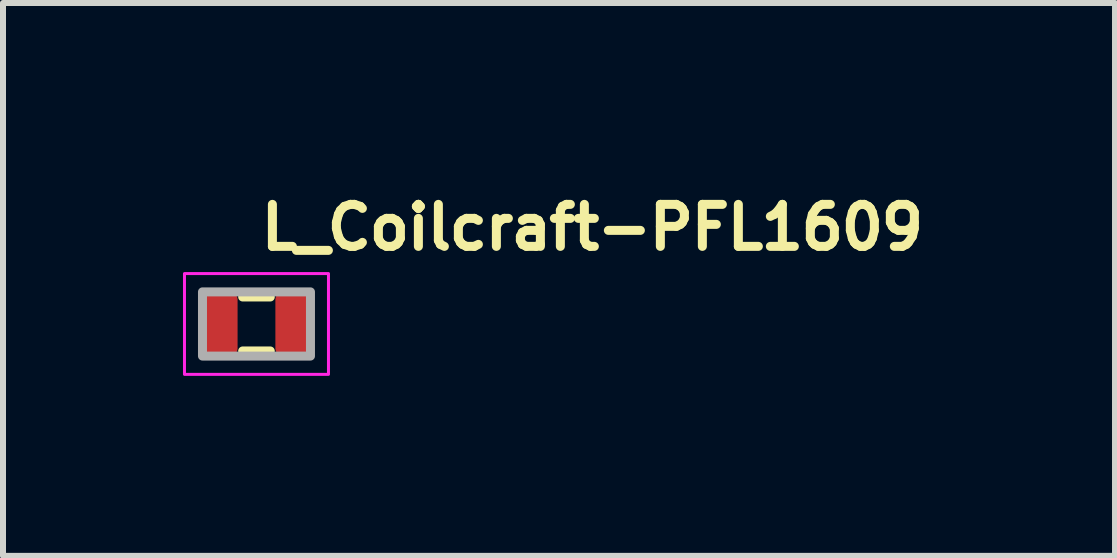
<source format=kicad_pcb>
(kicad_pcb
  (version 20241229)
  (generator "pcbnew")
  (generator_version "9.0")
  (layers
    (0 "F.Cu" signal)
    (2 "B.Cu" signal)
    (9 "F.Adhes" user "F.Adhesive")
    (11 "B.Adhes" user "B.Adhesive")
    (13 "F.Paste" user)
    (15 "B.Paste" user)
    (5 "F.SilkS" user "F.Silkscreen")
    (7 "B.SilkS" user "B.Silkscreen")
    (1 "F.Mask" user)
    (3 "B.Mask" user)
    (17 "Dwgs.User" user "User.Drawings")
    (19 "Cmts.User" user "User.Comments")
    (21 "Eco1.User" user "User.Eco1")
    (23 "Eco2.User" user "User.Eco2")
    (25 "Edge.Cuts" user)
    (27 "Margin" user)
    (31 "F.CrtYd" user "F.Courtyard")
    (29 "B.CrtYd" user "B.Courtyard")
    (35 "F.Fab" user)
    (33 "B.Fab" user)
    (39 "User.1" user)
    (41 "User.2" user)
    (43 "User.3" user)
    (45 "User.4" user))
  (footprint "L_Coilcraft-PFL1609"
    (layer "F.Cu")
    (at 1.225 2.35)
    (property "Reference" "L_Coilcraft-PFL1609" (at 0 -1.2 0) (layer "F.SilkS") (effects (font (size 0.7 0.7) (thickness 0.15)) (justify left bottom)))
    (attr smd)
    (fp_line (start -0.23 -0.45) (end 0.23 -0.45) (stroke (width 0.15) (type solid)) (layer "F.SilkS"))
    (fp_line (start -0.23 0.45) (end 0.23 0.45) (stroke (width 0.15) (type solid)) (layer "F.SilkS"))
    (fp_rect (start -1.2 -0.84) (end 1.2 0.84) (stroke (width 0.05) (type solid)) (fill no) (layer "F.CrtYd"))
    (fp_rect (start -0.9 -0.535) (end 0.9 0.535) (stroke (width 0.15) (type solid)) (fill no) (layer "F.Fab"))
    (fp_rect (start -0.9 -0.535) (end 0.9 0.535) (stroke (width 0.1) (type solid)) (fill no) (layer "User.5"))
    (fp_line (start -0.9 -0.535) (end -0.9 0.535) (stroke (width 0.02) (type solid)) (layer "User.9"))
    (fp_line (start -0.9 0.535) (end 0.9 0.535) (stroke (width 0.02) (type solid)) (layer "User.9"))
    (fp_line (start 0.9 -0.535) (end -0.9 -0.535) (stroke (width 0.02) (type solid)) (layer "User.9"))
    (fp_line (start 0.9 0.535) (end 0.9 -0.535) (stroke (width 0.02) (type solid)) (layer "User.9"))
    (pad "1" smd roundrect (at -0.635 0) (size 0.64 1.02) (layers "F.Cu" "F.Mask" "F.Paste") (roundrect_rratio 0.15))
    (pad "2" smd roundrect (at 0.635 0) (size 0.64 1.02) (layers "F.Cu" "F.Mask" "F.Paste") (roundrect_rratio 0.15)))
  (gr_rect
    (start -3 -3)
    (end 15.535 6.215)
    (stroke (width 0.1) (type default))
    (fill no)
    (layer "Edge.Cuts")))
</source>
